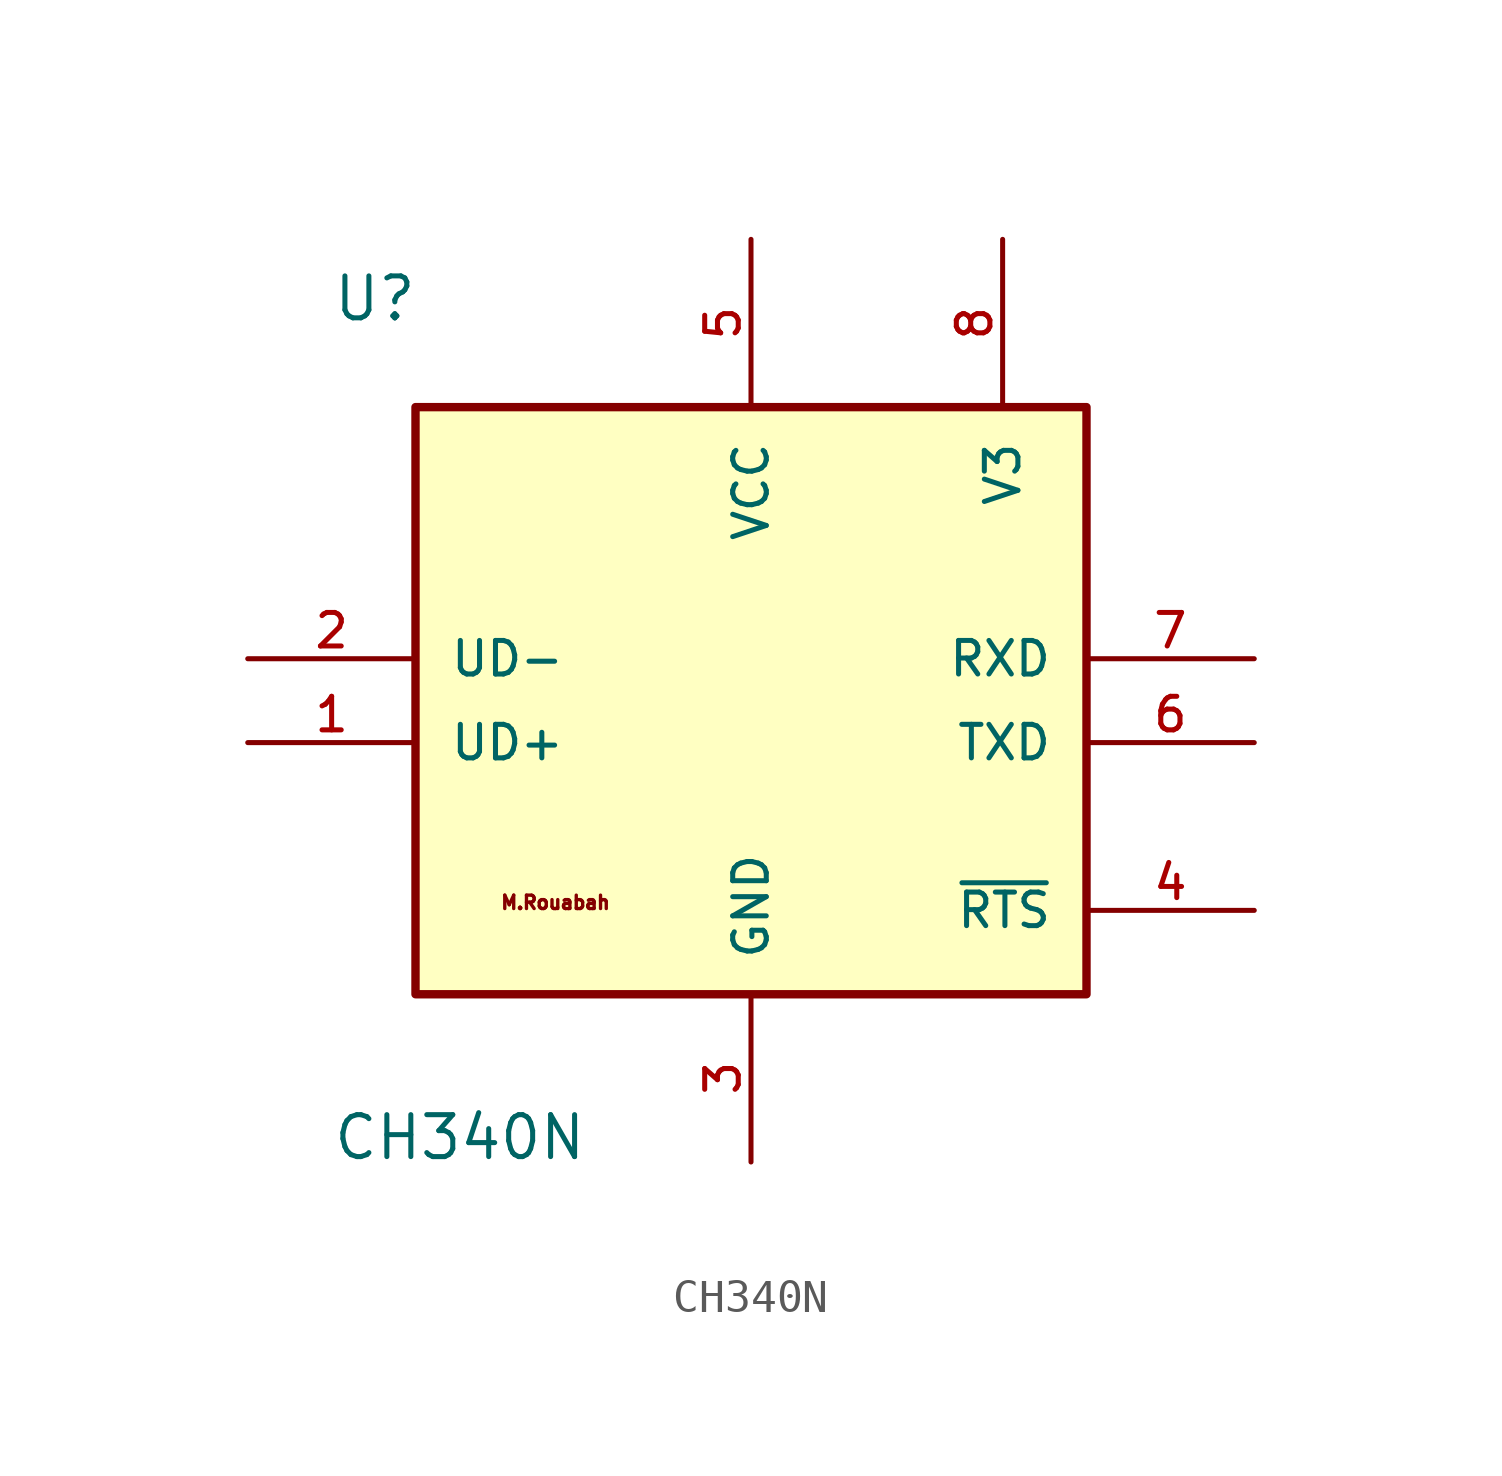
<source format=kicad_sym>
(kicad_symbol_lib
  (version 20220914)
  (generator kicad_symbol_editor)
  (symbol "CH340N"
    (pin_names
      (offset 1.016))
    (property "Reference" "U"
      (at -12.7 12.7 0)
      (effects (font (size 1.27 1.27)) (justify left bottom)))
    (property "Value" "CH340N"
      (at -12.7 -12.7 0)
      (effects (font (size 1.27 1.27)) (justify left bottom)))
    (symbol "CH340N_0_0"
      (rectangle (start -10.16 -7.62) (end 10.16 10.16) (stroke (width 0.254) (type default)) (fill (type background)))
      (text "M.Rouabah" (at -7.62 -5.08 0) (effects (font (size 0.406 0.406)) (justify left bottom)))
      (pin bidirectional line (at -15.24 0 0) (length 5.08) (name "UD+" (effects (font (size 1.016 1.016)))) (number "1" (effects (font (size 1.016 1.016)))))
      (pin bidirectional line (at -15.24 2.54 0) (length 5.08) (name "UD-" (effects (font (size 1.016 1.016)))) (number "2" (effects (font (size 1.016 1.016)))))
      (pin power_in line (at 0 -12.7 90) (length 5.08) (name "GND" (effects (font (size 1.016 1.016)))) (number "3" (effects (font (size 1.016 1.016)))))
      (pin output line (at 15.24 -5.08 180) (length 5.08) (name "~{RTS}" (effects (font (size 1.016 1.016)))) (number "4" (effects (font (size 1.016 1.016)))))
      (pin power_in line (at 0 15.24 270) (length 5.08) (name "VCC" (effects (font (size 1.016 1.016)))) (number "5" (effects (font (size 1.016 1.016)))))
      (pin output line (at 15.24 0 180) (length 5.08) (name "TXD" (effects (font (size 1.016 1.016)))) (number "6" (effects (font (size 1.016 1.016)))))
      (pin input line (at 15.24 2.54 180) (length 5.08) (name "RXD" (effects (font (size 1.016 1.016)))) (number "7" (effects (font (size 1.016 1.016)))))
      (pin power_in line (at 7.62 15.24 270) (length 5.08) (name "V3" (effects (font (size 1.016 1.016)))) (number "8" (effects (font (size 1.016 1.016))))))))
</source>
